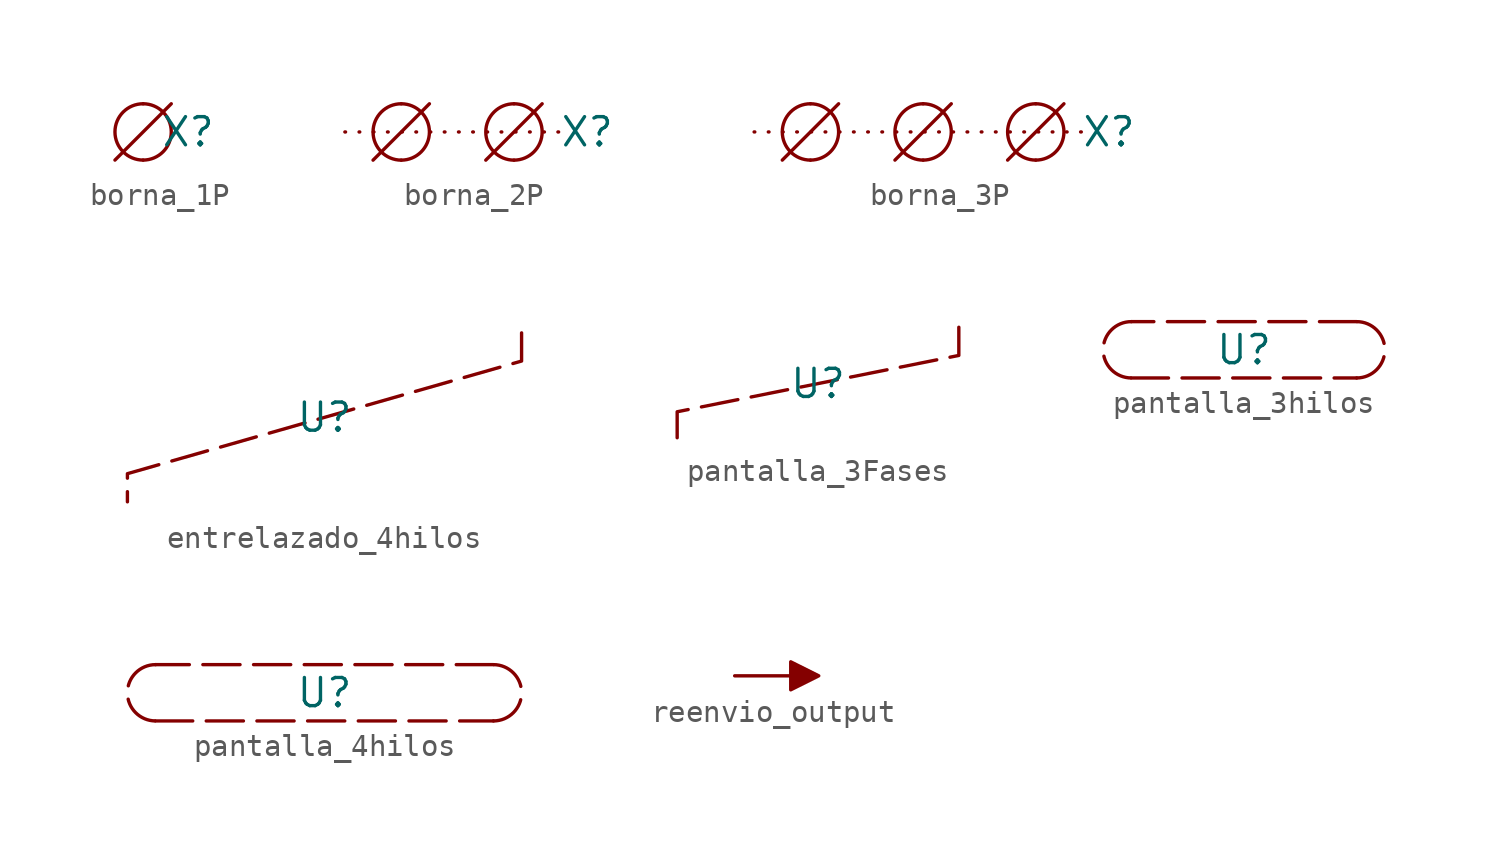
<source format=kicad_sym>
(kicad_symbol_lib
  (version 20241209)
  (generator "kicad_symbol_editor")
  (generator_version "9.0")
  (symbol "borna_1P"
    (property "Reference" "X"
      (at 2.032 0 0)
      (effects (font (size 1.27 1.27))))
    (property "Value" ""
      (at 0 0 0)
      (effects (font (size 1.27 1.27))))
    (symbol "borna_1P_0_1"
      (polyline (pts (xy -1.27 -1.27) (xy 1.27 1.27)) (stroke (width 0) (type default)) (fill (type none)))
      (circle (center 0 0) (radius 1.27) (stroke (width 0) (type default)) (fill (type none))))
    (symbol "borna_1P_1_1"
      (pin input line (at 0 1.27 270) (length 0) (name "" (effects (font (size 1.27 1.27)))) (number "" (effects (font (size 1.27 1.27)))))
      (pin output line (at 0 -1.27 90) (length 0) (name "" (effects (font (size 1.27 1.27)))) (number "" (effects (font (size 1.27 1.27)))))))
  (symbol "borna_2P"
    (property "Reference" "X"
      (at 5.842 0 0)
      (effects (font (size 1.27 1.27))))
    (property "Value" ""
      (at 0 0 0)
      (effects (font (size 1.27 1.27))))
    (symbol "borna_2P_0_1"
      (polyline (pts (xy -3.81 -1.27) (xy -1.27 1.27)) (stroke (width 0) (type default)) (fill (type none)))
      (circle (center -2.54 0) (radius 1.27) (stroke (width 0) (type default)) (fill (type none)))
      (polyline (pts (xy 1.27 -1.27) (xy 3.81 1.27)) (stroke (width 0) (type default)) (fill (type none)))
      (circle (center 2.54 0) (radius 1.27) (stroke (width 0) (type default)) (fill (type none))))
    (symbol "borna_2P_1_1"
      (polyline (pts (xy -5.08 0) (xy 5.08 0)) (stroke (width 0) (type dot)) (fill (type none)))
      (pin input line (at -2.54 1.27 270) (length 0) (name "" (effects (font (size 1.27 1.27)))) (number "" (effects (font (size 1.27 1.27)))))
      (pin output line (at -2.54 -1.27 90) (length 0) (name "" (effects (font (size 1.27 1.27)))) (number "" (effects (font (size 1.27 1.27)))))
      (pin input line (at 2.54 1.27 270) (length 0) (name "" (effects (font (size 1.27 1.27)))) (number "" (effects (font (size 1.27 1.27)))))
      (pin output line (at 2.54 -1.27 90) (length 0) (name "" (effects (font (size 1.27 1.27)))) (number "" (effects (font (size 1.27 1.27)))))))
  (symbol "borna_3P"
    (property "Reference" "X"
      (at 8.382 0 0)
      (effects (font (size 1.27 1.27))))
    (property "Value" ""
      (at 0 0 0)
      (effects (font (size 1.27 1.27))))
    (symbol "borna_3P_0_1"
      (polyline (pts (xy -6.35 -1.27) (xy -3.81 1.27)) (stroke (width 0) (type default)) (fill (type none)))
      (circle (center -5.08 0) (radius 1.27) (stroke (width 0) (type default)) (fill (type none)))
      (polyline (pts (xy -1.27 -1.27) (xy 1.27 1.27)) (stroke (width 0) (type default)) (fill (type none)))
      (circle (center 0 0) (radius 1.27) (stroke (width 0) (type default)) (fill (type none)))
      (polyline (pts (xy 3.81 -1.27) (xy 6.35 1.27)) (stroke (width 0) (type default)) (fill (type none)))
      (circle (center 5.08 0) (radius 1.27) (stroke (width 0) (type default)) (fill (type none))))
    (symbol "borna_3P_1_1"
      (polyline (pts (xy -7.62 0) (xy 7.62 0)) (stroke (width 0) (type dot)) (fill (type none)))
      (pin input line (at -5.08 1.27 270) (length 0) (name "" (effects (font (size 1.27 1.27)))) (number "" (effects (font (size 1.27 1.27)))))
      (pin output line (at -5.08 -1.27 90) (length 0) (name "" (effects (font (size 1.27 1.27)))) (number "" (effects (font (size 1.27 1.27)))))
      (pin input line (at 0 1.27 270) (length 0) (name "" (effects (font (size 1.27 1.27)))) (number "" (effects (font (size 1.27 1.27)))))
      (pin output line (at 0 -1.27 90) (length 0) (name "" (effects (font (size 1.27 1.27)))) (number "" (effects (font (size 1.27 1.27)))))
      (pin input line (at 5.08 1.27 270) (length 0) (name "" (effects (font (size 1.27 1.27)))) (number "" (effects (font (size 1.27 1.27)))))
      (pin output line (at 5.08 -1.27 90) (length 0) (name "" (effects (font (size 1.27 1.27)))) (number "" (effects (font (size 1.27 1.27)))))))
  (symbol "entrelazado_4hilos"
    (property "Reference" "U"
      (at 0 0 0)
      (effects (font (size 1.27 1.27))))
    (property "Value" ""
      (at 0 0 0)
      (effects (font (size 1.27 1.27))))
    (symbol "entrelazado_4hilos_1_1"
      (polyline (pts (xy 8.89 3.81) (xy 8.89 2.54) (xy -8.89 -2.54) (xy -8.89 -3.81)) (stroke (width 0) (type dash)) (fill (type none)))))
  (symbol "pantalla_3Fases"
    (property "Reference" "U"
      (at 0 0 0)
      (effects (font (size 1.27 1.27))))
    (property "Value" ""
      (at 0 0 0)
      (effects (font (size 1.27 1.27))))
    (symbol "pantalla_3Fases_1_1"
      (polyline (pts (xy 6.35 2.54) (xy 6.35 1.27) (xy -6.35 -1.27) (xy -6.35 -2.54)) (stroke (width 0) (type dash)) (fill (type none)))))
  (symbol "pantalla_3hilos"
    (property "Reference" "U"
      (at 0 0 0)
      (effects (font (size 1.27 1.27))))
    (property "Value" ""
      (at 0 0 0)
      (effects (font (size 1.27 1.27))))
    (symbol "pantalla_3hilos_1_1"
      (arc (start -5.08 -1.27) (mid -6.35 0) (end -5.08 1.27) (stroke (width 0) (type dash)) (fill (type none)))
      (polyline (pts (xy -5.08 -1.27) (xy 5.08 -1.27)) (stroke (width 0) (type dash)) (fill (type none)))
      (polyline (pts (xy 5.08 1.27) (xy -5.08 1.27)) (stroke (width 0) (type dash)) (fill (type none)))
      (arc (start 5.08 1.27) (mid 6.35 0) (end 5.08 -1.27) (stroke (width 0) (type dash)) (fill (type none)))))
  (symbol "pantalla_4hilos"
    (property "Reference" "U"
      (at 0 0 0)
      (effects (font (size 1.27 1.27))))
    (property "Value" ""
      (at 0 0 0)
      (effects (font (size 1.27 1.27))))
    (symbol "pantalla_4hilos_1_1"
      (arc (start -7.62 -1.27) (mid -8.89 0) (end -7.62 1.27) (stroke (width 0) (type dash)) (fill (type none)))
      (polyline (pts (xy -7.62 -1.27) (xy 7.62 -1.27)) (stroke (width 0) (type dash)) (fill (type none)))
      (polyline (pts (xy 7.62 1.27) (xy -7.62 1.27)) (stroke (width 0) (type dash)) (fill (type none)))
      (arc (start 7.62 1.27) (mid 8.89 0) (end 7.62 -1.27) (stroke (width 0) (type dash)) (fill (type none)))))
  (symbol "reenvio_output"
    (property "Reference" "U"
      (at 4.064 0 0)
      (effects (font (size 1.27 1.27)) (hide yes)))
    (property "Value" ""
      (at 0 0 0)
      (effects (font (size 1.27 1.27))))
    (symbol "reenvio_output_1_1"
      (polyline (pts (xy 0 0.635) (xy 0 -0.635) (xy 1.27 0) (xy 0 0.635)) (stroke (width 0) (type solid)) (fill (type outline)))
      (pin input line (at -2.54 0 0) (length 2.54) (name "" (effects (font (size 1.27 1.27)))) (number "" (effects (font (size 1.27 1.27))))))))
</source>
